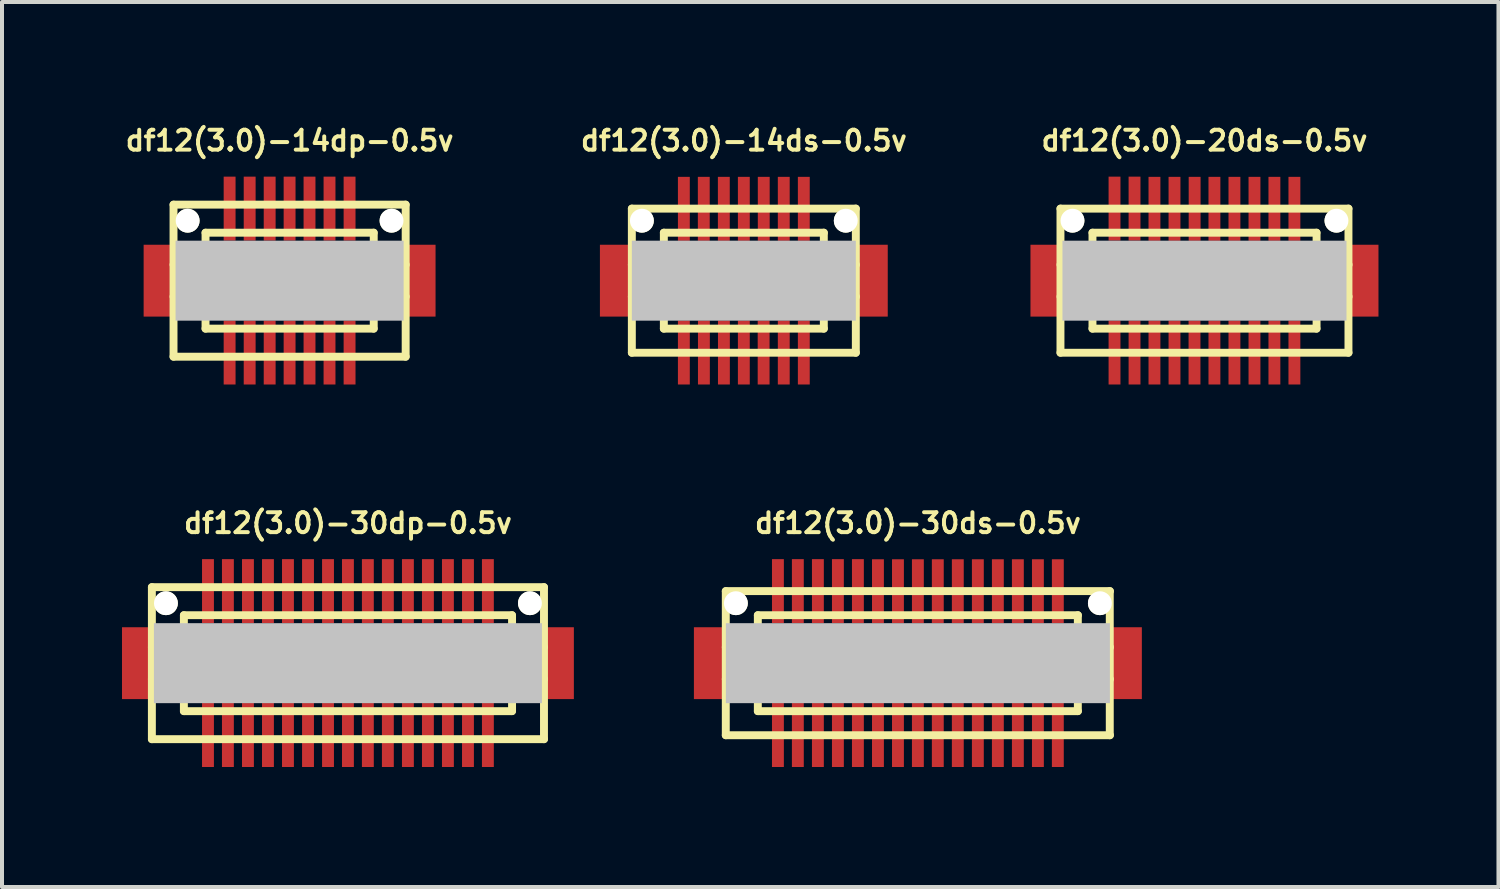
<source format=kicad_pcb>
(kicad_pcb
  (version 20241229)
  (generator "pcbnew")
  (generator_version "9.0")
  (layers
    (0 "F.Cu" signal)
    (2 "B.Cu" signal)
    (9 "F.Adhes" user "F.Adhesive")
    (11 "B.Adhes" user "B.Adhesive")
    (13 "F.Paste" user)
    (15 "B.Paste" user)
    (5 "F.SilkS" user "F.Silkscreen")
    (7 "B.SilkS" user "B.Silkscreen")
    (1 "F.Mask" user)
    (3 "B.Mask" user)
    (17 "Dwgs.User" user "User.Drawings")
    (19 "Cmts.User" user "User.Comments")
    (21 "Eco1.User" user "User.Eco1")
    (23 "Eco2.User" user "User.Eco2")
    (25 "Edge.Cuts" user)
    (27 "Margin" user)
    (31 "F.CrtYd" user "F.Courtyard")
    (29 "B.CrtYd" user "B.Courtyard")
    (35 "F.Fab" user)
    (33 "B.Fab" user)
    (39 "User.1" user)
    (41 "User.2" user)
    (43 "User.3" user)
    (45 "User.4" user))
  (footprint "df12(3.0)-30ds-0.5v"
    (layer "F.Cu")
    (at 19.891 13.525)
    (property "Reference" "df12(3.0)-30ds-0.5v" (at 0 -3.5 0) (layer "F.SilkS") (effects (font (size 0.498 0.498) (thickness 0.099))))
    (attr smd)
    (fp_line (start -4.801 1.801) (end -4.801 -1.801) (stroke (width 0.198) (type solid)) (layer "F.SilkS"))
    (fp_line (start -4.801 1.801) (end 4.801 1.801) (stroke (width 0.198) (type solid)) (layer "F.SilkS"))
    (fp_line (start -4 -0.701) (end 4 -0.701) (stroke (width 0.198) (type solid)) (layer "F.SilkS"))
    (fp_line (start -4 -0.399) (end -4.801 -0.399) (stroke (width 0.198) (type solid)) (layer "F.SilkS"))
    (fp_line (start -4 0.399) (end -4.801 0.399) (stroke (width 0.198) (type solid)) (layer "F.SilkS"))
    (fp_line (start -4 1.199) (end -4 -1.199) (stroke (width 0.198) (type solid)) (layer "F.SilkS"))
    (fp_line (start 3.998 -1.199) (end 3.998 1.199) (stroke (width 0.198) (type solid)) (layer "F.SilkS"))
    (fp_line (start 4 -1.199) (end -4 -1.199) (stroke (width 0.198) (type solid)) (layer "F.SilkS"))
    (fp_line (start 4 -0.399) (end 4.801 -0.399) (stroke (width 0.198) (type solid)) (layer "F.SilkS"))
    (fp_line (start 4 0.701) (end -4 0.701) (stroke (width 0.198) (type solid)) (layer "F.SilkS"))
    (fp_line (start 4 1.199) (end -4 1.199) (stroke (width 0.198) (type solid)) (layer "F.SilkS"))
    (fp_line (start 4.796 -1.801) (end 4.796 1.801) (stroke (width 0.198) (type solid)) (layer "F.SilkS"))
    (fp_line (start 4.801 -1.801) (end -4.801 -1.801) (stroke (width 0.198) (type solid)) (layer "F.SilkS"))
    (fp_line (start 4.801 0.399) (end 4 0.399) (stroke (width 0.198) (type solid)) (layer "F.SilkS"))
    (pad "" smd rect (at -5.199 0) (size 0.798 1.796) (layers "F.Cu" "F.Mask" "F.Paste"))
    (pad "" np_thru_hole circle (at -4.549 -1.499) (size 0.597 0.597) (drill 0.597) (layers "*.Cu" "*.Mask" "F.SilkS"))
    (pad "" smd rect (at 0 0) (size 9.599 1.999) (layers "Dwgs.User"))
    (pad "" np_thru_hole circle (at 4.549 -1.499) (size 0.597 0.597) (drill 0.597) (layers "*.Cu" "*.Mask" "F.SilkS"))
    (pad "" smd rect (at 5.199 0) (size 0.798 1.796) (layers "F.Cu" "F.Mask" "F.Paste"))
    (pad "1" smd rect (at -3.498 1.796) (size 0.297 1.598) (layers "F.Cu" "F.Mask" "F.Paste"))
    (pad "2" smd rect (at -3 1.796) (size 0.297 1.598) (layers "F.Cu" "F.Mask" "F.Paste"))
    (pad "3" smd rect (at -2.499 1.796) (size 0.297 1.598) (layers "F.Cu" "F.Mask" "F.Paste"))
    (pad "4" smd rect (at -1.999 1.796) (size 0.297 1.598) (layers "F.Cu" "F.Mask" "F.Paste"))
    (pad "5" smd rect (at -1.499 1.796) (size 0.297 1.598) (layers "F.Cu" "F.Mask" "F.Paste"))
    (pad "6" smd rect (at -0.998 1.796) (size 0.297 1.598) (layers "F.Cu" "F.Mask" "F.Paste"))
    (pad "7" smd rect (at -0.498 1.796) (size 0.297 1.598) (layers "F.Cu" "F.Mask" "F.Paste"))
    (pad "8" smd rect (at 0 1.796) (size 0.297 1.598) (layers "F.Cu" "F.Mask" "F.Paste"))
    (pad "9" smd rect (at 0.498 1.796) (size 0.297 1.598) (layers "F.Cu" "F.Mask" "F.Paste"))
    (pad "10" smd rect (at 0.998 1.796) (size 0.297 1.598) (layers "F.Cu" "F.Mask" "F.Paste"))
    (pad "11" smd rect (at 1.499 1.796) (size 0.297 1.598) (layers "F.Cu" "F.Mask" "F.Paste"))
    (pad "12" smd rect (at 1.999 1.796) (size 0.297 1.598) (layers "F.Cu" "F.Mask" "F.Paste"))
    (pad "13" smd rect (at 2.499 1.796) (size 0.297 1.598) (layers "F.Cu" "F.Mask" "F.Paste"))
    (pad "14" smd rect (at 3 1.796) (size 0.297 1.598) (layers "F.Cu" "F.Mask" "F.Paste"))
    (pad "15" smd rect (at 3.498 1.796) (size 0.297 1.598) (layers "F.Cu" "F.Mask" "F.Paste"))
    (pad "16" smd rect (at 3.498 -1.798) (size 0.297 1.598) (layers "F.Cu" "F.Mask" "F.Paste"))
    (pad "17" smd rect (at 3 -1.798) (size 0.297 1.598) (layers "F.Cu" "F.Mask" "F.Paste"))
    (pad "18" smd rect (at 2.499 -1.798) (size 0.297 1.598) (layers "F.Cu" "F.Mask" "F.Paste"))
    (pad "19" smd rect (at 1.999 -1.798) (size 0.297 1.598) (layers "F.Cu" "F.Mask" "F.Paste"))
    (pad "20" smd rect (at 1.499 -1.798) (size 0.297 1.598) (layers "F.Cu" "F.Mask" "F.Paste"))
    (pad "21" smd rect (at 0.998 -1.798) (size 0.297 1.598) (layers "F.Cu" "F.Mask" "F.Paste"))
    (pad "22" smd rect (at 0.498 -1.798) (size 0.297 1.598) (layers "F.Cu" "F.Mask" "F.Paste"))
    (pad "23" smd rect (at 0 -1.798) (size 0.297 1.598) (layers "F.Cu" "F.Mask" "F.Paste"))
    (pad "24" smd rect (at -0.498 -1.798) (size 0.297 1.598) (layers "F.Cu" "F.Mask" "F.Paste"))
    (pad "25" smd rect (at -0.998 -1.798) (size 0.297 1.598) (layers "F.Cu" "F.Mask" "F.Paste"))
    (pad "26" smd rect (at -1.499 -1.801) (size 0.297 1.598) (layers "F.Cu" "F.Mask" "F.Paste"))
    (pad "27" smd rect (at -1.999 -1.801) (size 0.297 1.598) (layers "F.Cu" "F.Mask" "F.Paste"))
    (pad "28" smd rect (at -2.499 -1.801) (size 0.297 1.598) (layers "F.Cu" "F.Mask" "F.Paste"))
    (pad "29" smd rect (at -3 -1.801) (size 0.297 1.598) (layers "F.Cu" "F.Mask" "F.Paste"))
    (pad "30" smd rect (at -3.498 -1.801) (size 0.297 1.598) (layers "F.Cu" "F.Mask" "F.Paste")))
  (footprint "df12(3.0)-14ds-0.5v"
    (layer "F.Cu")
    (at 15.541 3.965)
    (property "Reference" "df12(3.0)-14ds-0.5v" (at 0 -3.5 0) (layer "F.SilkS") (effects (font (size 0.498 0.498) (thickness 0.099))))
    (attr smd)
    (fp_line (start -2.799 -1.801) (end 2.799 -1.801) (stroke (width 0.198) (type solid)) (layer "F.SilkS"))
    (fp_line (start -2.799 1.801) (end -2.799 -1.801) (stroke (width 0.198) (type solid)) (layer "F.SilkS"))
    (fp_line (start -1.999 -0.701) (end 1.999 -0.701) (stroke (width 0.198) (type solid)) (layer "F.SilkS"))
    (fp_line (start -1.999 -0.399) (end -2.799 -0.399) (stroke (width 0.198) (type solid)) (layer "F.SilkS"))
    (fp_line (start -1.999 0.399) (end -2.799 0.399) (stroke (width 0.198) (type solid)) (layer "F.SilkS"))
    (fp_line (start -1.999 1.199) (end -1.999 -1.199) (stroke (width 0.198) (type solid)) (layer "F.SilkS"))
    (fp_line (start -1.999 1.199) (end 1.999 1.199) (stroke (width 0.198) (type solid)) (layer "F.SilkS"))
    (fp_line (start 1.999 -1.199) (end -1.999 -1.199) (stroke (width 0.198) (type solid)) (layer "F.SilkS"))
    (fp_line (start 1.999 -1.199) (end 1.999 1.199) (stroke (width 0.198) (type solid)) (layer "F.SilkS"))
    (fp_line (start 1.999 0.701) (end -1.999 0.701) (stroke (width 0.198) (type solid)) (layer "F.SilkS"))
    (fp_line (start 2.002 -0.399) (end 2.802 -0.399) (stroke (width 0.198) (type solid)) (layer "F.SilkS"))
    (fp_line (start 2.799 -1.801) (end 2.799 1.801) (stroke (width 0.198) (type solid)) (layer "F.SilkS"))
    (fp_line (start 2.799 1.801) (end -2.799 1.801) (stroke (width 0.198) (type solid)) (layer "F.SilkS"))
    (fp_line (start 2.802 0.399) (end 2.002 0.399) (stroke (width 0.198) (type solid)) (layer "F.SilkS"))
    (pad "" smd rect (at -3.198 0) (size 0.798 1.796) (layers "F.Cu" "F.Mask" "F.Paste"))
    (pad "" np_thru_hole circle (at -2.548 -1.499) (size 0.597 0.597) (drill 0.597) (layers "*.Cu" "*.Mask" "F.SilkS"))
    (pad "" smd rect (at 0 0) (size 5.598 1.999) (layers "Dwgs.User"))
    (pad "" np_thru_hole circle (at 2.548 -1.499) (size 0.597 0.597) (drill 0.597) (layers "*.Cu" "*.Mask" "F.SilkS"))
    (pad "" smd rect (at 3.198 0) (size 0.798 1.796) (layers "F.Cu" "F.Mask" "F.Paste"))
    (pad "1" smd rect (at -1.499 1.796) (size 0.297 1.598) (layers "F.Cu" "F.Mask" "F.Paste"))
    (pad "2" smd rect (at -0.998 1.796) (size 0.297 1.598) (layers "F.Cu" "F.Mask" "F.Paste"))
    (pad "3" smd rect (at -0.498 1.796) (size 0.297 1.598) (layers "F.Cu" "F.Mask" "F.Paste"))
    (pad "4" smd rect (at 0 1.796) (size 0.297 1.598) (layers "F.Cu" "F.Mask" "F.Paste"))
    (pad "5" smd rect (at 0.495 1.796) (size 0.297 1.598) (layers "F.Cu" "F.Mask" "F.Paste"))
    (pad "6" smd rect (at 0.998 1.796) (size 0.297 1.598) (layers "F.Cu" "F.Mask" "F.Paste"))
    (pad "7" smd rect (at 1.499 1.796) (size 0.297 1.598) (layers "F.Cu" "F.Mask" "F.Paste"))
    (pad "8" smd rect (at 1.499 -1.796) (size 0.297 1.598) (layers "F.Cu" "F.Mask" "F.Paste"))
    (pad "9" smd rect (at 0.998 -1.796) (size 0.297 1.598) (layers "F.Cu" "F.Mask" "F.Paste"))
    (pad "10" smd rect (at 0.498 -1.796) (size 0.297 1.598) (layers "F.Cu" "F.Mask" "F.Paste"))
    (pad "11" smd rect (at 0 -1.796) (size 0.297 1.598) (layers "F.Cu" "F.Mask" "F.Paste"))
    (pad "12" smd rect (at -0.5 -1.796) (size 0.297 1.598) (layers "F.Cu" "F.Mask" "F.Paste"))
    (pad "13" smd rect (at -1.001 -1.796) (size 0.297 1.598) (layers "F.Cu" "F.Mask" "F.Paste"))
    (pad "14" smd rect (at -1.499 -1.796) (size 0.297 1.598) (layers "F.Cu" "F.Mask" "F.Paste")))
  (footprint "df12(3.0)-20ds-0.5v"
    (layer "F.Cu")
    (at 27.054 3.965)
    (property "Reference" "df12(3.0)-20ds-0.5v" (at 0 -3.5 0) (layer "F.SilkS") (effects (font (size 0.498 0.498) (thickness 0.099))))
    (attr smd)
    (fp_line (start -3.599 1.801) (end -3.599 -1.801) (stroke (width 0.198) (type solid)) (layer "F.SilkS"))
    (fp_line (start -3.599 1.801) (end 3.599 1.801) (stroke (width 0.198) (type solid)) (layer "F.SilkS"))
    (fp_line (start -2.799 -1.199) (end 2.799 -1.199) (stroke (width 0.198) (type solid)) (layer "F.SilkS"))
    (fp_line (start -2.799 -0.399) (end -3.599 -0.399) (stroke (width 0.198) (type solid)) (layer "F.SilkS"))
    (fp_line (start -2.799 0.399) (end -3.599 0.399) (stroke (width 0.198) (type solid)) (layer "F.SilkS"))
    (fp_line (start -2.799 0.701) (end 2.799 0.701) (stroke (width 0.198) (type solid)) (layer "F.SilkS"))
    (fp_line (start -2.799 1.199) (end -2.799 -1.199) (stroke (width 0.198) (type solid)) (layer "F.SilkS"))
    (fp_line (start 2.799 -0.701) (end -2.799 -0.701) (stroke (width 0.198) (type solid)) (layer "F.SilkS"))
    (fp_line (start 2.799 1.199) (end -2.799 1.199) (stroke (width 0.198) (type solid)) (layer "F.SilkS"))
    (fp_line (start 2.802 -1.199) (end 2.802 1.199) (stroke (width 0.198) (type solid)) (layer "F.SilkS"))
    (fp_line (start 2.802 -0.399) (end 3.602 -0.399) (stroke (width 0.198) (type solid)) (layer "F.SilkS"))
    (fp_line (start 3.599 -1.801) (end -3.599 -1.801) (stroke (width 0.198) (type solid)) (layer "F.SilkS"))
    (fp_line (start 3.599 -1.801) (end 3.599 1.801) (stroke (width 0.198) (type solid)) (layer "F.SilkS"))
    (fp_line (start 3.602 0.399) (end 2.802 0.399) (stroke (width 0.198) (type solid)) (layer "F.SilkS"))
    (pad "" smd rect (at -3.95 0) (size 0.798 1.796) (layers "F.Cu" "F.Mask" "F.Paste"))
    (pad "" np_thru_hole circle (at -3.299 -1.499) (size 0.597 0.597) (drill 0.597) (layers "*.Cu" "*.Mask" "F.SilkS"))
    (pad "" smd rect (at 0 0) (size 7.099 1.999) (layers "Dwgs.User"))
    (pad "" np_thru_hole circle (at 3.299 -1.499) (size 0.597 0.597) (drill 0.597) (layers "*.Cu" "*.Mask" "F.SilkS"))
    (pad "" smd rect (at 3.95 0) (size 0.798 1.796) (layers "F.Cu" "F.Mask" "F.Paste"))
    (pad "1" smd rect (at -2.248 1.796) (size 0.297 1.598) (layers "F.Cu" "F.Mask" "F.Paste"))
    (pad "2" smd rect (at -1.748 1.796) (size 0.297 1.598) (layers "F.Cu" "F.Mask" "F.Paste"))
    (pad "3" smd rect (at -1.25 1.796) (size 0.297 1.598) (layers "F.Cu" "F.Mask" "F.Paste"))
    (pad "4" smd rect (at -0.749 1.796) (size 0.297 1.598) (layers "F.Cu" "F.Mask" "F.Paste"))
    (pad "5" smd rect (at -0.249 1.796) (size 0.297 1.598) (layers "F.Cu" "F.Mask" "F.Paste"))
    (pad "6" smd rect (at 0.249 1.796) (size 0.297 1.598) (layers "F.Cu" "F.Mask" "F.Paste"))
    (pad "7" smd rect (at 0.749 1.796) (size 0.297 1.598) (layers "F.Cu" "F.Mask" "F.Paste"))
    (pad "8" smd rect (at 1.25 1.796) (size 0.297 1.598) (layers "F.Cu" "F.Mask" "F.Paste"))
    (pad "9" smd rect (at 1.748 1.796) (size 0.297 1.598) (layers "F.Cu" "F.Mask" "F.Paste"))
    (pad "10" smd rect (at 2.248 1.796) (size 0.297 1.598) (layers "F.Cu" "F.Mask" "F.Paste"))
    (pad "11" smd rect (at 2.248 -1.796) (size 0.297 1.598) (layers "F.Cu" "F.Mask" "F.Paste"))
    (pad "12" smd rect (at 1.748 -1.796) (size 0.297 1.598) (layers "F.Cu" "F.Mask" "F.Paste"))
    (pad "13" smd rect (at 1.25 -1.796) (size 0.297 1.598) (layers "F.Cu" "F.Mask" "F.Paste"))
    (pad "14" smd rect (at 0.749 -1.796) (size 0.297 1.598) (layers "F.Cu" "F.Mask" "F.Paste"))
    (pad "15" smd rect (at 0.249 -1.796) (size 0.297 1.598) (layers "F.Cu" "F.Mask" "F.Paste"))
    (pad "16" smd rect (at -0.246 -1.796) (size 0.297 1.598) (layers "F.Cu" "F.Mask" "F.Paste"))
    (pad "17" smd rect (at -0.749 -1.796) (size 0.297 1.598) (layers "F.Cu" "F.Mask" "F.Paste"))
    (pad "18" smd rect (at -1.25 -1.796) (size 0.297 1.598) (layers "F.Cu" "F.Mask" "F.Paste"))
    (pad "19" smd rect (at -1.748 -1.801) (size 0.297 1.598) (layers "F.Cu" "F.Mask" "F.Paste"))
    (pad "20" smd rect (at -2.248 -1.801) (size 0.297 1.598) (layers "F.Cu" "F.Mask" "F.Paste")))
  (footprint "df12(3.0)-30dp-0.5v"
    (layer "F.Cu")
    (at 5.646 13.525)
    (property "Reference" "df12(3.0)-30dp-0.5v" (at 0 -3.5 0) (layer "F.SilkS") (effects (font (size 0.498 0.498) (thickness 0.099))))
    (attr smd)
    (fp_line (start -4.9 -1.9) (end -4.9 1.9) (stroke (width 0.198) (type solid)) (layer "F.SilkS"))
    (fp_line (start -4.9 -1.9) (end 4.9 -1.9) (stroke (width 0.198) (type solid)) (layer "F.SilkS"))
    (fp_line (start -4.1 -0.399) (end -4.9 -0.399) (stroke (width 0.198) (type solid)) (layer "F.SilkS"))
    (fp_line (start -4.1 0.399) (end -4.9 0.399) (stroke (width 0.198) (type solid)) (layer "F.SilkS"))
    (fp_line (start -4.1 1.199) (end -4.1 -1.199) (stroke (width 0.198) (type solid)) (layer "F.SilkS"))
    (fp_line (start -4.1 1.199) (end 4.1 1.199) (stroke (width 0.198) (type solid)) (layer "F.SilkS"))
    (fp_line (start 4.1 -1.199) (end -4.1 -1.199) (stroke (width 0.198) (type solid)) (layer "F.SilkS"))
    (fp_line (start 4.102 -1.199) (end 4.102 1.199) (stroke (width 0.198) (type solid)) (layer "F.SilkS"))
    (fp_line (start 4.102 -0.399) (end 4.902 -0.399) (stroke (width 0.198) (type solid)) (layer "F.SilkS"))
    (fp_line (start 4.9 1.9) (end -4.9 1.9) (stroke (width 0.198) (type solid)) (layer "F.SilkS"))
    (fp_line (start 4.9 1.9) (end 4.9 -1.9) (stroke (width 0.198) (type solid)) (layer "F.SilkS"))
    (fp_line (start 4.902 0.399) (end 4.102 0.399) (stroke (width 0.198) (type solid)) (layer "F.SilkS"))
    (pad "" smd rect (at -5.248 0) (size 0.798 1.796) (layers "F.Cu" "F.Mask" "F.Paste"))
    (pad "" np_thru_hole circle (at -4.549 -1.499) (size 0.597 0.597) (drill 0.597) (layers "*.Cu" "*.Mask" "F.SilkS"))
    (pad "" smd rect (at 0 0) (size 9.698 1.999) (layers "Dwgs.User"))
    (pad "" np_thru_hole circle (at 4.549 -1.499) (size 0.597 0.597) (drill 0.597) (layers "*.Cu" "*.Mask" "F.SilkS"))
    (pad "" smd rect (at 5.248 0) (size 0.798 1.796) (layers "F.Cu" "F.Mask" "F.Paste"))
    (pad "1" smd rect (at 3.498 1.796) (size 0.297 1.598) (layers "F.Cu" "F.Mask" "F.Paste"))
    (pad "2" smd rect (at 3 1.796) (size 0.297 1.598) (layers "F.Cu" "F.Mask" "F.Paste"))
    (pad "3" smd rect (at 2.499 1.796) (size 0.297 1.598) (layers "F.Cu" "F.Mask" "F.Paste"))
    (pad "4" smd rect (at 1.999 1.796) (size 0.297 1.598) (layers "F.Cu" "F.Mask" "F.Paste"))
    (pad "5" smd rect (at 1.499 1.796) (size 0.297 1.598) (layers "F.Cu" "F.Mask" "F.Paste"))
    (pad "6" smd rect (at 0.998 1.796) (size 0.297 1.598) (layers "F.Cu" "F.Mask" "F.Paste"))
    (pad "7" smd rect (at 0.498 1.796) (size 0.297 1.598) (layers "F.Cu" "F.Mask" "F.Paste"))
    (pad "8" smd rect (at 0 1.796) (size 0.297 1.598) (layers "F.Cu" "F.Mask" "F.Paste"))
    (pad "9" smd rect (at -0.498 1.796) (size 0.297 1.598) (layers "F.Cu" "F.Mask" "F.Paste"))
    (pad "10" smd rect (at -0.998 1.796) (size 0.297 1.598) (layers "F.Cu" "F.Mask" "F.Paste"))
    (pad "11" smd rect (at -1.499 1.796) (size 0.297 1.598) (layers "F.Cu" "F.Mask" "F.Paste"))
    (pad "12" smd rect (at -1.999 1.796) (size 0.297 1.598) (layers "F.Cu" "F.Mask" "F.Paste"))
    (pad "13" smd rect (at -2.499 1.796) (size 0.297 1.598) (layers "F.Cu" "F.Mask" "F.Paste"))
    (pad "14" smd rect (at -3 1.796) (size 0.297 1.598) (layers "F.Cu" "F.Mask" "F.Paste"))
    (pad "15" smd rect (at -3.498 1.796) (size 0.297 1.598) (layers "F.Cu" "F.Mask" "F.Paste"))
    (pad "16" smd rect (at -3.498 -1.801) (size 0.297 1.598) (layers "F.Cu" "F.Mask" "F.Paste"))
    (pad "17" smd rect (at -3 -1.801) (size 0.297 1.598) (layers "F.Cu" "F.Mask" "F.Paste"))
    (pad "18" smd rect (at -2.499 -1.801) (size 0.297 1.598) (layers "F.Cu" "F.Mask" "F.Paste"))
    (pad "19" smd rect (at -1.999 -1.801) (size 0.297 1.598) (layers "F.Cu" "F.Mask" "F.Paste"))
    (pad "20" smd rect (at -1.499 -1.801) (size 0.297 1.598) (layers "F.Cu" "F.Mask" "F.Paste"))
    (pad "21" smd rect (at -0.998 -1.801) (size 0.297 1.598) (layers "F.Cu" "F.Mask" "F.Paste"))
    (pad "22" smd rect (at -0.498 -1.801) (size 0.297 1.598) (layers "F.Cu" "F.Mask" "F.Paste"))
    (pad "23" smd rect (at 0 -1.801) (size 0.297 1.598) (layers "F.Cu" "F.Mask" "F.Paste"))
    (pad "24" smd rect (at 0.498 -1.801) (size 0.297 1.598) (layers "F.Cu" "F.Mask" "F.Paste"))
    (pad "25" smd rect (at 0.998 -1.801) (size 0.297 1.598) (layers "F.Cu" "F.Mask" "F.Paste"))
    (pad "26" smd rect (at 1.499 -1.801) (size 0.297 1.598) (layers "F.Cu" "F.Mask" "F.Paste"))
    (pad "27" smd rect (at 1.999 -1.801) (size 0.297 1.598) (layers "F.Cu" "F.Mask" "F.Paste"))
    (pad "28" smd rect (at 2.499 -1.801) (size 0.297 1.598) (layers "F.Cu" "F.Mask" "F.Paste"))
    (pad "29" smd rect (at 3 -1.801) (size 0.297 1.598) (layers "F.Cu" "F.Mask" "F.Paste"))
    (pad "30" smd rect (at 3.498 -1.801) (size 0.297 1.598) (layers "F.Cu" "F.Mask" "F.Paste")))
  (footprint "df12(3.0)-14dp-0.5v"
    (layer "F.Cu")
    (at 4.188 3.965)
    (property "Reference" "df12(3.0)-14dp-0.5v" (at 0 -3.5 0) (layer "F.SilkS") (effects (font (size 0.498 0.498) (thickness 0.099))))
    (attr smd)
    (fp_line (start -2.901 -1.9) (end -2.901 1.9) (stroke (width 0.198) (type solid)) (layer "F.SilkS"))
    (fp_line (start -2.901 -1.9) (end 2.901 -1.9) (stroke (width 0.198) (type solid)) (layer "F.SilkS"))
    (fp_line (start -2.101 -0.399) (end -2.901 -0.399) (stroke (width 0.198) (type solid)) (layer "F.SilkS"))
    (fp_line (start -2.101 0.399) (end -2.901 0.399) (stroke (width 0.198) (type solid)) (layer "F.SilkS"))
    (fp_line (start -2.101 1.199) (end -2.101 -1.199) (stroke (width 0.198) (type solid)) (layer "F.SilkS"))
    (fp_line (start -2.101 1.199) (end 2.101 1.199) (stroke (width 0.198) (type solid)) (layer "F.SilkS"))
    (fp_line (start 2.101 -1.199) (end -2.101 -1.199) (stroke (width 0.198) (type solid)) (layer "F.SilkS"))
    (fp_line (start 2.103 -1.199) (end 2.103 1.199) (stroke (width 0.198) (type solid)) (layer "F.SilkS"))
    (fp_line (start 2.103 -0.399) (end 2.903 -0.399) (stroke (width 0.198) (type solid)) (layer "F.SilkS"))
    (fp_line (start 2.901 1.9) (end -2.901 1.9) (stroke (width 0.198) (type solid)) (layer "F.SilkS"))
    (fp_line (start 2.901 1.9) (end 2.901 -1.9) (stroke (width 0.198) (type solid)) (layer "F.SilkS"))
    (fp_line (start 2.903 0.399) (end 2.103 0.399) (stroke (width 0.198) (type solid)) (layer "F.SilkS"))
    (pad "" smd rect (at -3.249 0) (size 0.798 1.796) (layers "F.Cu" "F.Mask" "F.Paste"))
    (pad "" np_thru_hole circle (at -2.548 -1.499) (size 0.597 0.597) (drill 0.597) (layers "*.Cu" "*.Mask" "F.SilkS"))
    (pad "" smd rect (at 0 0) (size 5.7 1.999) (layers "Dwgs.User"))
    (pad "" np_thru_hole circle (at 2.548 -1.499) (size 0.597 0.597) (drill 0.597) (layers "*.Cu" "*.Mask" "F.SilkS"))
    (pad "" smd rect (at 3.249 0) (size 0.798 1.796) (layers "F.Cu" "F.Mask" "F.Paste"))
    (pad "1" smd rect (at 1.499 1.796) (size 0.297 1.598) (layers "F.Cu" "F.Mask" "F.Paste"))
    (pad "2" smd rect (at 0.998 1.796) (size 0.297 1.598) (layers "F.Cu" "F.Mask" "F.Paste"))
    (pad "3" smd rect (at 0.498 1.796) (size 0.297 1.598) (layers "F.Cu" "F.Mask" "F.Paste"))
    (pad "4" smd rect (at 0 1.796) (size 0.297 1.598) (layers "F.Cu" "F.Mask" "F.Paste"))
    (pad "5" smd rect (at -0.498 1.796) (size 0.297 1.598) (layers "F.Cu" "F.Mask" "F.Paste"))
    (pad "6" smd rect (at -0.998 1.796) (size 0.297 1.598) (layers "F.Cu" "F.Mask" "F.Paste"))
    (pad "7" smd rect (at -1.499 1.796) (size 0.297 1.598) (layers "F.Cu" "F.Mask" "F.Paste"))
    (pad "8" smd rect (at -1.499 -1.801) (size 0.297 1.598) (layers "F.Cu" "F.Mask" "F.Paste"))
    (pad "9" smd rect (at -0.998 -1.801) (size 0.297 1.598) (layers "F.Cu" "F.Mask" "F.Paste"))
    (pad "10" smd rect (at -0.498 -1.801) (size 0.297 1.598) (layers "F.Cu" "F.Mask" "F.Paste"))
    (pad "11" smd rect (at 0 -1.801) (size 0.297 1.598) (layers "F.Cu" "F.Mask" "F.Paste"))
    (pad "12" smd rect (at 0.498 -1.801) (size 0.297 1.598) (layers "F.Cu" "F.Mask" "F.Paste"))
    (pad "13" smd rect (at 0.998 -1.801) (size 0.297 1.598) (layers "F.Cu" "F.Mask" "F.Paste"))
    (pad "14" smd rect (at 1.499 -1.801) (size 0.297 1.598) (layers "F.Cu" "F.Mask" "F.Paste")))
  (gr_rect
    (start -3 -3)
    (end 34.402 19.12)
    (stroke (width 0.1) (type default))
    (fill no)
    (layer "Edge.Cuts")))
</source>
